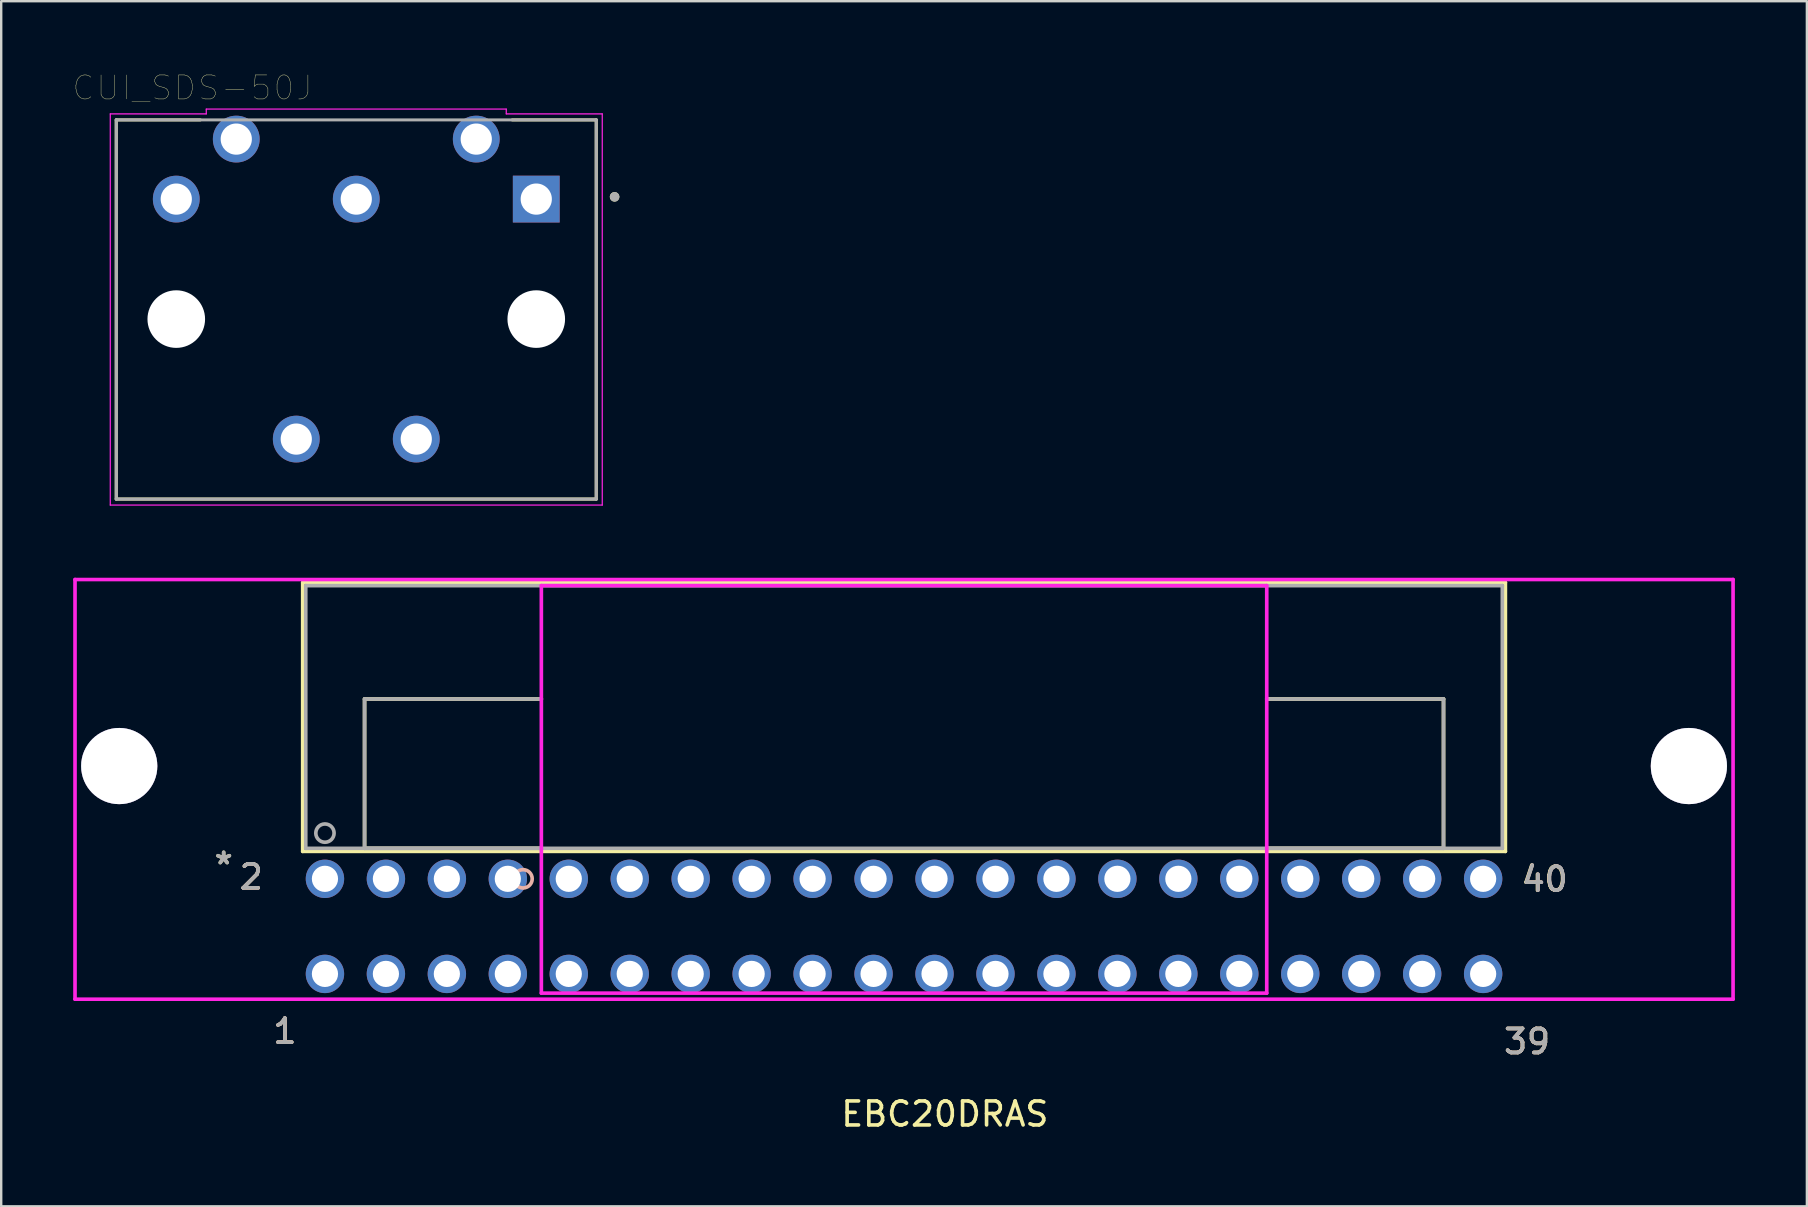
<source format=kicad_pcb>
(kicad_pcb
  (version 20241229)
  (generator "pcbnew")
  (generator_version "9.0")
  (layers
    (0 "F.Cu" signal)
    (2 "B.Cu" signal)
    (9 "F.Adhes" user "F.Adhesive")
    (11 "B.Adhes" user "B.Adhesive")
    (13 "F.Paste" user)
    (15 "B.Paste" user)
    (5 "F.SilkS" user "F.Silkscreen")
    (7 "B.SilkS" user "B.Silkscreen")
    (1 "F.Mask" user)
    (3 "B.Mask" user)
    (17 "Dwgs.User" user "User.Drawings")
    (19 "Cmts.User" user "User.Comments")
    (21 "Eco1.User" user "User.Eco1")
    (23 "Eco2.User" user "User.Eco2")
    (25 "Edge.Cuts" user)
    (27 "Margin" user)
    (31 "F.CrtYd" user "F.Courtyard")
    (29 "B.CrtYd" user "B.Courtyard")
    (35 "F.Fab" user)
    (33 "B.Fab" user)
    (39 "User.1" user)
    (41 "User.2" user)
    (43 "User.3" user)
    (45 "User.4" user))
  (footprint "CUI_SDS-50J"
    (layer "F.Cu")
    (at 11.795 10.246)
    (property "Reference" "CUI_SDS-50J" (at -6.825 -9.635 0) (layer "F.SilkS") (effects (font (size 1 1) (thickness 0.015))))
    (attr through_hole)
    (fp_line (start -10 -8.3) (end -6.5 -8.3) (stroke (width 0.127) (type solid)) (layer "F.SilkS"))
    (fp_line (start -10 7.5) (end -10 -8.3) (stroke (width 0.127) (type solid)) (layer "F.SilkS"))
    (fp_line (start -10 7.5) (end 10 7.5) (stroke (width 0.127) (type solid)) (layer "F.SilkS"))
    (fp_line (start 6.5 -8.3) (end 10 -8.3) (stroke (width 0.127) (type solid)) (layer "F.SilkS"))
    (fp_line (start 10 -8.3) (end 10 7.5) (stroke (width 0.127) (type solid)) (layer "F.SilkS"))
    (fp_circle (center 10.764 -5.094) (end 10.864 -5.094) (stroke (width 0.2) (type solid)) (fill no) (layer "F.SilkS"))
    (fp_line (start -10.25 -8.55) (end -6.25 -8.55) (stroke (width 0.05) (type solid)) (layer "F.CrtYd"))
    (fp_line (start -10.25 7.75) (end -10.25 -8.55) (stroke (width 0.05) (type solid)) (layer "F.CrtYd"))
    (fp_line (start -6.25 -8.75) (end 6.25 -8.75) (stroke (width 0.05) (type solid)) (layer "F.CrtYd"))
    (fp_line (start -6.25 -8.55) (end -6.25 -8.75) (stroke (width 0.05) (type solid)) (layer "F.CrtYd"))
    (fp_line (start 6.25 -8.75) (end 6.25 -8.55) (stroke (width 0.05) (type solid)) (layer "F.CrtYd"))
    (fp_line (start 6.25 -8.55) (end 10.25 -8.55) (stroke (width 0.05) (type solid)) (layer "F.CrtYd"))
    (fp_line (start 10.25 -8.55) (end 10.25 7.75) (stroke (width 0.05) (type solid)) (layer "F.CrtYd"))
    (fp_line (start 10.25 7.75) (end -10.25 7.75) (stroke (width 0.05) (type solid)) (layer "F.CrtYd"))
    (fp_line (start -10 -8.3) (end 10 -8.3) (stroke (width 0.127) (type solid)) (layer "F.Fab"))
    (fp_line (start -10 7.5) (end -10 -8.3) (stroke (width 0.127) (type solid)) (layer "F.Fab"))
    (fp_line (start 10 -8.3) (end 10 7.5) (stroke (width 0.127) (type solid)) (layer "F.Fab"))
    (fp_line (start 10 7.5) (end -10 7.5) (stroke (width 0.127) (type solid)) (layer "F.Fab"))
    (fp_circle (center 10.764 -5.094) (end 10.864 -5.094) (stroke (width 0.2) (type solid)) (fill no) (layer "F.Fab"))
    (pad "" np_thru_hole circle (at -7.5 0) (size 2.4 2.4) (drill 2.4) (layers "*.Cu" "*.Mask"))
    (pad "" np_thru_hole circle (at 7.5 0) (size 2.4 2.4) (drill 2.4) (layers "*.Cu" "*.Mask"))
    (pad "1" thru_hole rect (at 7.5 -5) (size 1.95 1.95) (drill 1.3) (layers "*.Cu" "*.Mask"))
    (pad "2" thru_hole circle (at 0 -5) (size 1.95 1.95) (drill 1.3) (layers "*.Cu" "*.Mask"))
    (pad "3" thru_hole circle (at -7.5 -5) (size 1.95 1.95) (drill 1.3) (layers "*.Cu" "*.Mask"))
    (pad "4" thru_hole circle (at 5 -7.5) (size 1.95 1.95) (drill 1.3) (layers "*.Cu" "*.Mask"))
    (pad "5" thru_hole circle (at -5 -7.5) (size 1.95 1.95) (drill 1.3) (layers "*.Cu" "*.Mask"))
    (pad "E1" thru_hole circle (at -2.5 5) (size 1.95 1.95) (drill 1.3) (layers "*.Cu" "*.Mask"))
    (pad "E2" thru_hole circle (at 2.5 5) (size 1.95 1.95) (drill 1.3) (layers "*.Cu" "*.Mask")))
  (footprint "EBC20DRAS"
    (layer "F.Cu")
    (at 10.49 33.569)
    (property "Reference" "EBC20DRAS" (at 25.83 9.8 0) (layer "F.SilkS") (effects (font (size 1 1) (thickness 0.15))))
    (attr through_hole)
    (fp_line (start -0.927 -12.344) (end -0.927 -1.143) (stroke (width 0.152) (type solid)) (layer "F.SilkS"))
    (fp_line (start -0.927 -1.143) (end 49.187 -1.143) (stroke (width 0.152) (type solid)) (layer "F.SilkS"))
    (fp_line (start 1.651 -7.493) (end 9.017 -7.493) (stroke (width 0.152) (type solid)) (layer "F.SilkS"))
    (fp_line (start 1.651 -1.27) (end 1.651 -7.493) (stroke (width 0.152) (type solid)) (layer "F.SilkS"))
    (fp_line (start 9.017 -1.27) (end 1.651 -1.27) (stroke (width 0.152) (type solid)) (layer "F.SilkS"))
    (fp_line (start 39.243 -1.27) (end 46.609 -1.27) (stroke (width 0.152) (type solid)) (layer "F.SilkS"))
    (fp_line (start 46.609 -7.493) (end 39.243 -7.493) (stroke (width 0.152) (type solid)) (layer "F.SilkS"))
    (fp_line (start 46.609 -1.27) (end 46.609 -7.493) (stroke (width 0.152) (type solid)) (layer "F.SilkS"))
    (fp_line (start 49.187 -12.344) (end -0.927 -12.344) (stroke (width 0.152) (type solid)) (layer "F.SilkS"))
    (fp_line (start 49.187 -1.143) (end 49.187 -12.344) (stroke (width 0.152) (type solid)) (layer "F.SilkS"))
    (fp_circle (center 8.255 0) (end 8.636 0) (stroke (width 0.152) (type solid)) (fill no) (layer "B.SilkS"))
    (fp_line (start -10.414 -12.471) (end -10.414 5.016) (stroke (width 0.152) (type solid)) (layer "F.CrtYd"))
    (fp_line (start -10.414 5.016) (end 58.674 5.016) (stroke (width 0.152) (type solid)) (layer "F.CrtYd"))
    (fp_line (start 9.017 -12.217) (end 9.017 4.763) (stroke (width 0.152) (type solid)) (layer "F.CrtYd"))
    (fp_line (start 9.017 4.763) (end 39.243 4.763) (stroke (width 0.152) (type solid)) (layer "F.CrtYd"))
    (fp_line (start 39.243 -12.217) (end 9.017 -12.217) (stroke (width 0.152) (type solid)) (layer "F.CrtYd"))
    (fp_line (start 39.243 4.763) (end 39.243 -12.217) (stroke (width 0.152) (type solid)) (layer "F.CrtYd"))
    (fp_line (start 58.674 -12.471) (end -10.414 -12.471) (stroke (width 0.152) (type solid)) (layer "F.CrtYd"))
    (fp_line (start 58.674 5.016) (end 58.674 -12.471) (stroke (width 0.152) (type solid)) (layer "F.CrtYd"))
    (fp_line (start -0.8 -12.217) (end -0.8 -1.27) (stroke (width 0.152) (type solid)) (layer "F.Fab"))
    (fp_line (start -0.8 -1.27) (end 49.06 -1.27) (stroke (width 0.152) (type solid)) (layer "F.Fab"))
    (fp_line (start 1.651 -7.493) (end 9.017 -7.493) (stroke (width 0.152) (type solid)) (layer "F.Fab"))
    (fp_line (start 1.651 -1.27) (end 1.651 -7.493) (stroke (width 0.152) (type solid)) (layer "F.Fab"))
    (fp_line (start 9.017 -1.27) (end 1.651 -1.27) (stroke (width 0.152) (type solid)) (layer "F.Fab"))
    (fp_line (start 39.243 -1.27) (end 46.609 -1.27) (stroke (width 0.152) (type solid)) (layer "F.Fab"))
    (fp_line (start 46.609 -7.493) (end 39.243 -7.493) (stroke (width 0.152) (type solid)) (layer "F.Fab"))
    (fp_line (start 46.609 -1.27) (end 46.609 -7.493) (stroke (width 0.152) (type solid)) (layer "F.Fab"))
    (fp_line (start 49.06 -12.217) (end -0.8 -12.217) (stroke (width 0.152) (type solid)) (layer "F.Fab"))
    (fp_line (start 49.06 -1.27) (end 49.06 -12.217) (stroke (width 0.152) (type solid)) (layer "F.Fab"))
    (fp_circle (center 0 -1.905) (end 0.381 -1.905) (stroke (width 0.152) (type solid)) (fill no) (layer "F.Fab"))
    (fp_text user "1" (at -1.67 6.35 0) (layer "F.SilkS") (effects (font (size 1 1) (thickness 0.15))))
    (fp_text user "39" (at 50.09 6.78 0) (layer "F.SilkS") (effects (font (size 1 1) (thickness 0.15))))
    (fp_text user "*" (at -4.22 -0.56 0) (layer "F.SilkS") (effects (font (size 1 1) (thickness 0.15))))
    (fp_text user "2" (at -3.07 -0.08 0) (layer "F.SilkS") (effects (font (size 1 1) (thickness 0.15))))
    (fp_text user "40" (at 50.81 0.02 0) (layer "F.SilkS") (effects (font (size 1 1) (thickness 0.15))))
    (fp_text user "40" (at 50.83 0.02 0) (layer "B.SilkS") (effects (font (size 1 1) (thickness 0.15))))
    (fp_text user "39" (at 50.09 6.78 0) (layer "B.SilkS") (effects (font (size 1 1) (thickness 0.15))))
    (fp_text user "1" (at -1.67 6.35 0) (layer "B.SilkS") (effects (font (size 1 1) (thickness 0.15))))
    (fp_text user "2" (at -3.07 -0.08 0) (layer "B.SilkS") (effects (font (size 1 1) (thickness 0.15))))
    (fp_text user "Copyright 2016 Accelerated Designs. All rights reserved." (at 0 0 0) (layer "Cmts.User") (effects (font (size 0.127 0.127) (thickness 0.002))))
    (fp_text user "2" (at -3.07 -0.08 0) (layer "F.Fab") (effects (font (size 1 1) (thickness 0.15))))
    (fp_text user "1" (at -1.67 6.35 0) (layer "F.Fab") (effects (font (size 1 1) (thickness 0.15))))
    (fp_text user "40" (at 50.83 0.02 0) (layer "F.Fab") (effects (font (size 1 1) (thickness 0.15))))
    (fp_text user "*" (at -4.22 -0.56 0) (layer "F.Fab") (effects (font (size 1 1) (thickness 0.15))))
    (fp_text user "39" (at 50.09 6.78 0) (layer "F.Fab") (effects (font (size 1 1) (thickness 0.15))))
    (pad "" thru_hole circle (at -8.572 -4.699) (size 3.175 3.175) (drill 3.175) (layers "*.Cu" "*.Mask"))
    (pad "" thru_hole circle (at 56.833 -4.699) (size 3.175 3.175) (drill 3.175) (layers "*.Cu" "*.Mask"))
    (pad "1" thru_hole circle (at 0 3.962) (size 1.6 1.6) (drill 1.092) (layers "*.Cu" "*.Mask"))
    (pad "2" thru_hole circle (at 0 0) (size 1.6 1.6) (drill 1.092) (layers "*.Cu" "*.Mask"))
    (pad "3" thru_hole circle (at 2.54 3.962) (size 1.6 1.6) (drill 1.092) (layers "*.Cu" "*.Mask"))
    (pad "4" thru_hole circle (at 2.54 0) (size 1.6 1.6) (drill 1.092) (layers "*.Cu" "*.Mask"))
    (pad "5" thru_hole circle (at 5.08 3.962) (size 1.6 1.6) (drill 1.092) (layers "*.Cu" "*.Mask"))
    (pad "6" thru_hole circle (at 5.08 0) (size 1.6 1.6) (drill 1.092) (layers "*.Cu" "*.Mask"))
    (pad "7" thru_hole circle (at 7.62 3.962) (size 1.6 1.6) (drill 1.092) (layers "*.Cu" "*.Mask"))
    (pad "8" thru_hole circle (at 7.62 0) (size 1.6 1.6) (drill 1.092) (layers "*.Cu" "*.Mask"))
    (pad "9" thru_hole circle (at 10.16 3.962) (size 1.6 1.6) (drill 1.092) (layers "*.Cu" "*.Mask"))
    (pad "10" thru_hole circle (at 10.16 0) (size 1.6 1.6) (drill 1.092) (layers "*.Cu" "*.Mask"))
    (pad "11" thru_hole circle (at 12.7 3.962) (size 1.6 1.6) (drill 1.092) (layers "*.Cu" "*.Mask"))
    (pad "12" thru_hole circle (at 12.7 0) (size 1.6 1.6) (drill 1.092) (layers "*.Cu" "*.Mask"))
    (pad "13" thru_hole circle (at 15.24 3.962) (size 1.6 1.6) (drill 1.092) (layers "*.Cu" "*.Mask"))
    (pad "14" thru_hole circle (at 15.24 0) (size 1.6 1.6) (drill 1.092) (layers "*.Cu" "*.Mask"))
    (pad "15" thru_hole circle (at 17.78 3.962) (size 1.6 1.6) (drill 1.092) (layers "*.Cu" "*.Mask"))
    (pad "16" thru_hole circle (at 17.78 0) (size 1.6 1.6) (drill 1.092) (layers "*.Cu" "*.Mask"))
    (pad "17" thru_hole circle (at 20.32 3.962) (size 1.6 1.6) (drill 1.092) (layers "*.Cu" "*.Mask"))
    (pad "18" thru_hole circle (at 20.32 0) (size 1.6 1.6) (drill 1.092) (layers "*.Cu" "*.Mask"))
    (pad "19" thru_hole circle (at 22.86 3.962) (size 1.6 1.6) (drill 1.092) (layers "*.Cu" "*.Mask"))
    (pad "20" thru_hole circle (at 22.86 0) (size 1.6 1.6) (drill 1.092) (layers "*.Cu" "*.Mask"))
    (pad "21" thru_hole circle (at 25.4 3.962) (size 1.6 1.6) (drill 1.092) (layers "*.Cu" "*.Mask"))
    (pad "22" thru_hole circle (at 25.4 0) (size 1.6 1.6) (drill 1.092) (layers "*.Cu" "*.Mask"))
    (pad "23" thru_hole circle (at 27.94 3.962) (size 1.6 1.6) (drill 1.092) (layers "*.Cu" "*.Mask"))
    (pad "24" thru_hole circle (at 27.94 0) (size 1.6 1.6) (drill 1.092) (layers "*.Cu" "*.Mask"))
    (pad "25" thru_hole circle (at 30.48 3.962) (size 1.6 1.6) (drill 1.092) (layers "*.Cu" "*.Mask"))
    (pad "26" thru_hole circle (at 30.48 0) (size 1.6 1.6) (drill 1.092) (layers "*.Cu" "*.Mask"))
    (pad "27" thru_hole circle (at 33.02 3.962) (size 1.6 1.6) (drill 1.092) (layers "*.Cu" "*.Mask"))
    (pad "28" thru_hole circle (at 33.02 0) (size 1.6 1.6) (drill 1.092) (layers "*.Cu" "*.Mask"))
    (pad "29" thru_hole circle (at 35.56 3.962) (size 1.6 1.6) (drill 1.092) (layers "*.Cu" "*.Mask"))
    (pad "30" thru_hole circle (at 35.56 0) (size 1.6 1.6) (drill 1.092) (layers "*.Cu" "*.Mask"))
    (pad "31" thru_hole circle (at 38.1 3.962) (size 1.6 1.6) (drill 1.092) (layers "*.Cu" "*.Mask"))
    (pad "32" thru_hole circle (at 38.1 0) (size 1.6 1.6) (drill 1.092) (layers "*.Cu" "*.Mask"))
    (pad "33" thru_hole circle (at 40.64 3.962) (size 1.6 1.6) (drill 1.092) (layers "*.Cu" "*.Mask"))
    (pad "34" thru_hole circle (at 40.64 0) (size 1.6 1.6) (drill 1.092) (layers "*.Cu" "*.Mask"))
    (pad "35" thru_hole circle (at 43.18 3.962) (size 1.6 1.6) (drill 1.092) (layers "*.Cu" "*.Mask"))
    (pad "36" thru_hole circle (at 43.18 0) (size 1.6 1.6) (drill 1.092) (layers "*.Cu" "*.Mask"))
    (pad "37" thru_hole circle (at 45.72 3.962) (size 1.6 1.6) (drill 1.092) (layers "*.Cu" "*.Mask"))
    (pad "38" thru_hole circle (at 45.72 0) (size 1.6 1.6) (drill 1.092) (layers "*.Cu" "*.Mask"))
    (pad "39" thru_hole circle (at 48.26 3.962) (size 1.6 1.6) (drill 1.092) (layers "*.Cu" "*.Mask"))
    (pad "40" thru_hole circle (at 48.26 0) (size 1.6 1.6) (drill 1.092) (layers "*.Cu" "*.Mask")))
  (gr_rect
    (start -3 -3)
    (end 72.24 47.217)
    (stroke (width 0.1) (type default))
    (fill no)
    (layer "Edge.Cuts")))
</source>
